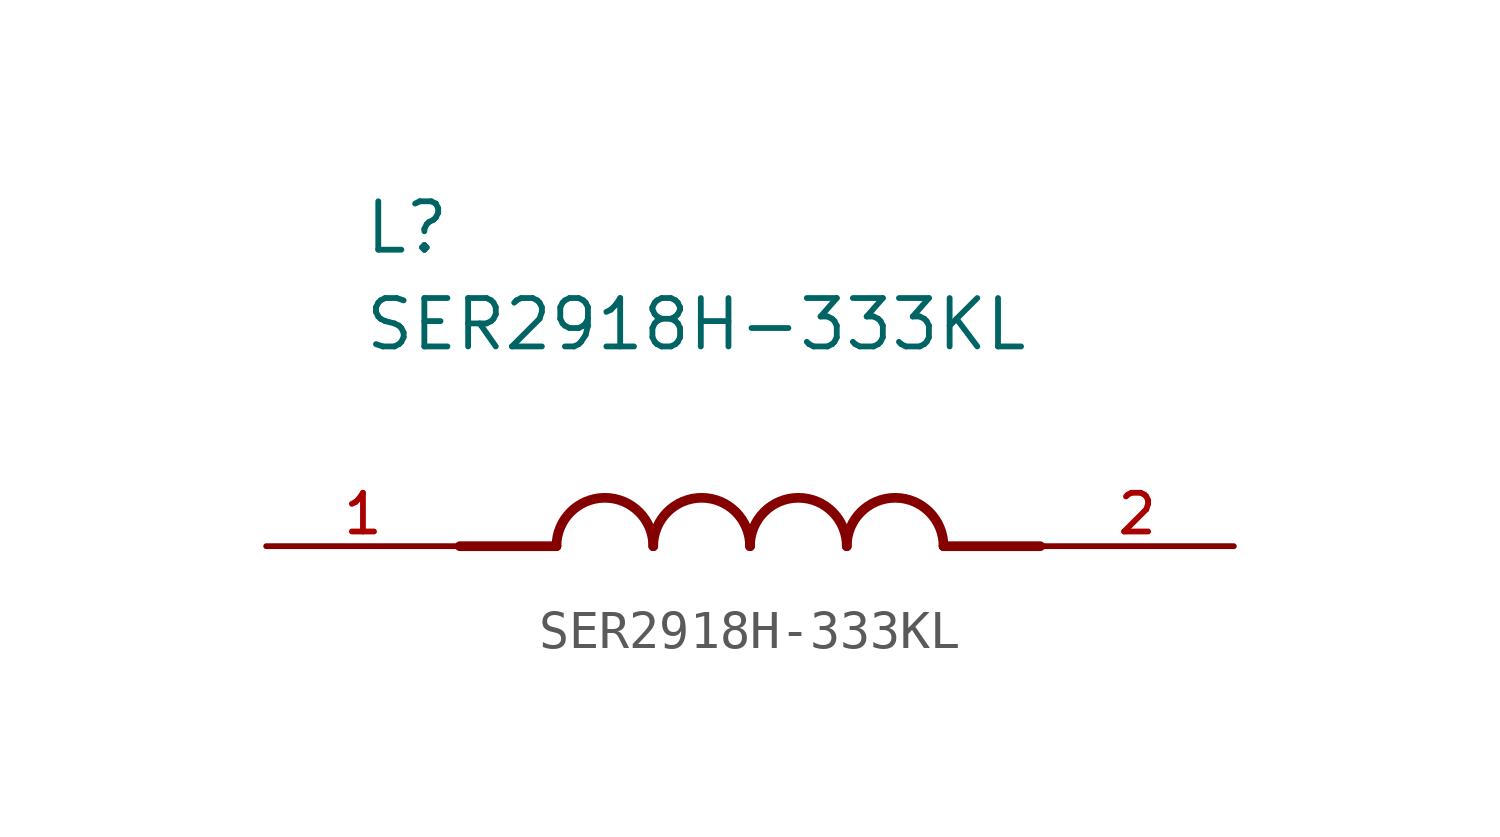
<source format=kicad_sym>
(kicad_symbol_lib
  (version 20211014)
  (generator kicad_symbol_editor)
  (symbol "SER2918H-333KL"
    (pin_names
      (offset 1.016))
    (property "Reference" "L"
      (at -10.16 7.62 0)
      (effects (font (size 1.27 1.27)) (justify bottom left)))
    (property "Value" "SER2918H-333KL"
      (at -10.16 5.08 0)
      (effects (font (size 1.27 1.27)) (justify bottom left)))
    (symbol "SER2918H-333KL_0_0"
      (polyline (pts (xy -5.08 0.0) (xy -7.62 0.0)) (stroke (width 0.254)))
      (polyline (pts (xy 5.08 0.0) (xy 7.62 0.0)) (stroke (width 0.254)))
      (arc (start -2.54 0.0) (mid -3.81 1.27) (end -5.08 0.0) (stroke (width 0.254) (type default) (color 0 0 0 0)) (fill (type none)))
      (arc (start 0.0 0.0) (mid -1.27 1.27) (end -2.54 0.0) (stroke (width 0.254) (type default) (color 0 0 0 0)) (fill (type none)))
      (arc (start 2.54 0.0) (mid 1.27 1.27) (end 0.0 0.0) (stroke (width 0.254) (type default) (color 0 0 0 0)) (fill (type none)))
      (arc (start 5.08 0.0) (mid 3.81 1.27) (end 2.54 0.0) (stroke (width 0.254) (type default) (color 0 0 0 0)) (fill (type none)))
      (pin passive line (at -12.7 0.0 0) (length 5.08) (name "~" (effects (font (size 1.016 1.016)))) (number "1" (effects (font (size 1.016 1.016)))))
      (pin passive line (at 12.7 0.0 180.0) (length 5.08) (name "~" (effects (font (size 1.016 1.016)))) (number "2" (effects (font (size 1.016 1.016))))))))
</source>
